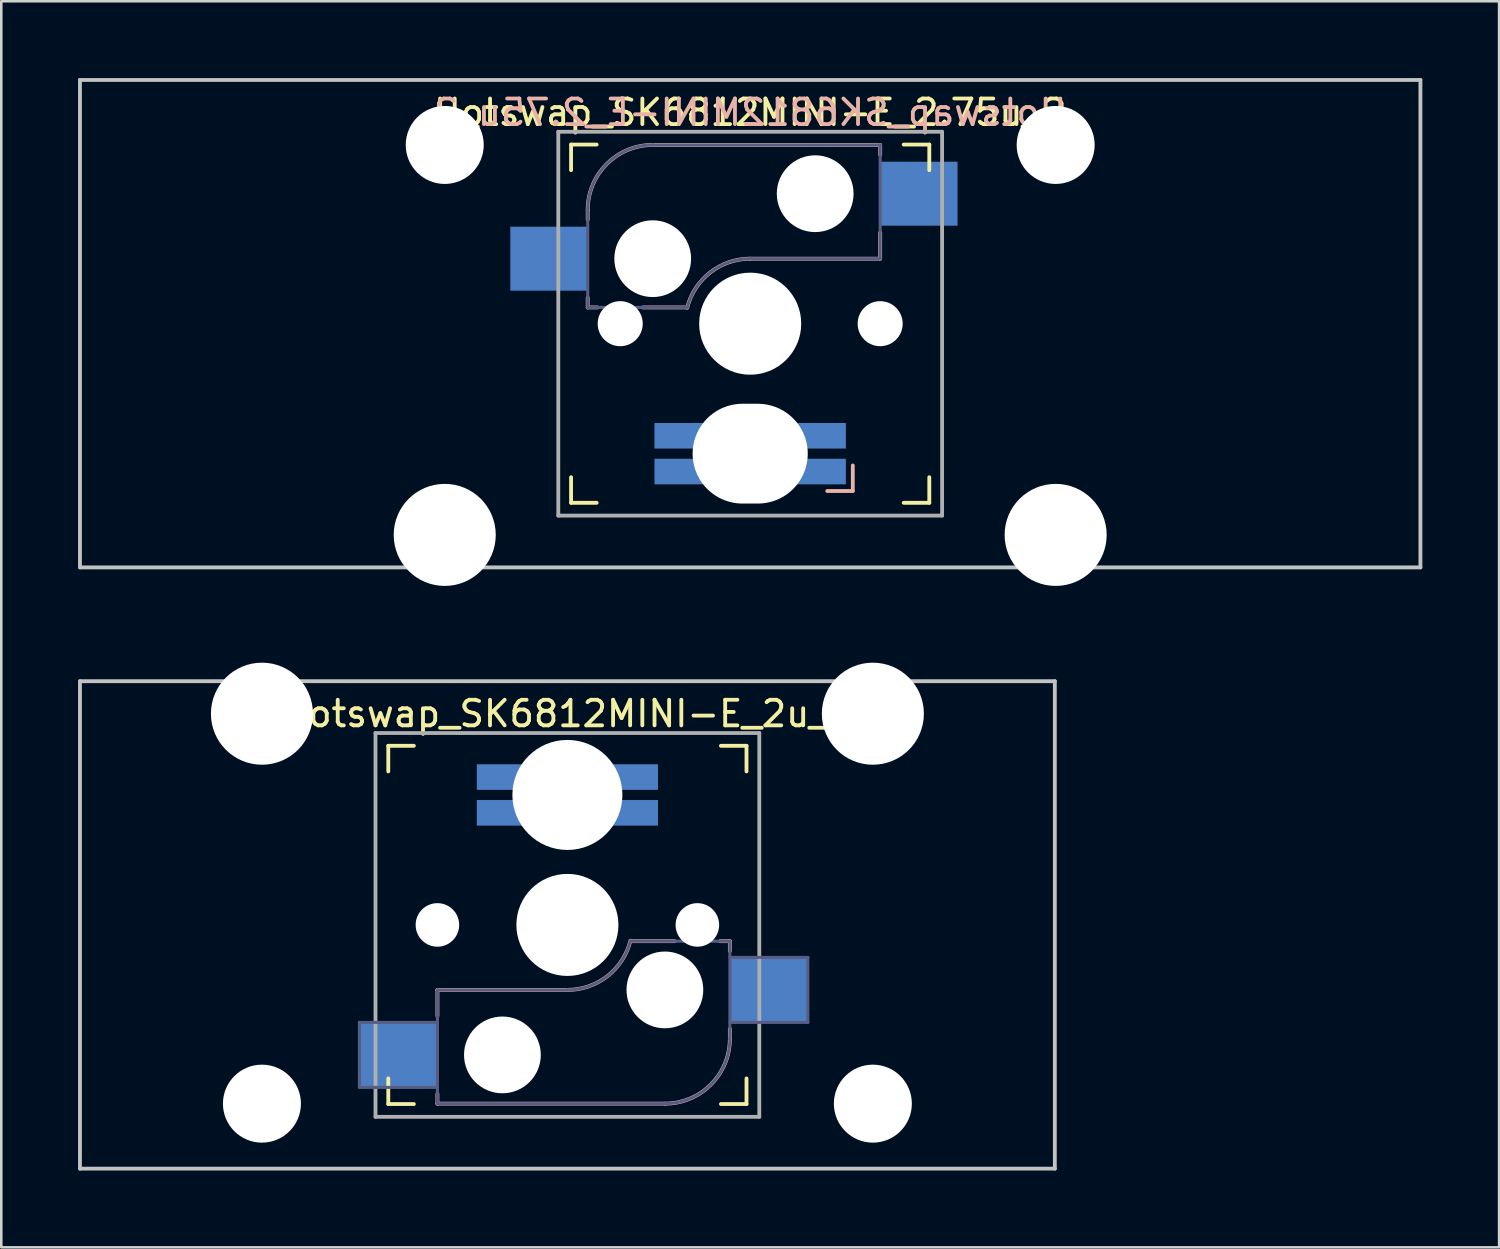
<source format=kicad_pcb>
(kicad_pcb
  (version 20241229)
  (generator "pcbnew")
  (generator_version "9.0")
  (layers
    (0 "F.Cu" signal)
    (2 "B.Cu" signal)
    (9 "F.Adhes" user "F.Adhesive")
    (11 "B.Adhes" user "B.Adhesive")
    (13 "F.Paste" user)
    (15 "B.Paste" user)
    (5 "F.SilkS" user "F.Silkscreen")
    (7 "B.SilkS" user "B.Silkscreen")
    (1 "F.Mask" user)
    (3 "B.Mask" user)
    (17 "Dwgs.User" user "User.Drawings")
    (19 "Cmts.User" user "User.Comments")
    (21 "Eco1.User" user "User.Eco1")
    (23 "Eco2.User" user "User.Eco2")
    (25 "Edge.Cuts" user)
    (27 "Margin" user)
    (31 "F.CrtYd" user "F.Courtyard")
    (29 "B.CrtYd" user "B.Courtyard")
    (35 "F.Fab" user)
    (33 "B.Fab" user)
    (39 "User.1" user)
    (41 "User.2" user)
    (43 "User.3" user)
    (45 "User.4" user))
  (footprint "Hotswap_SK6812MINI-E_2.75u_2"
    (layer "F.Cu")
    (at 26.269 9.6)
    (property "Reference" "Hotswap_SK6812MINI-E_2.75u_2" (at 0 -8.255 0) (layer "F.SilkS") (effects (font (size 1 1) (thickness 0.15))))
    (attr through_hole)
    (fp_line (start -7 -6) (end -7 -7) (stroke (width 0.15) (type solid)) (layer "F.SilkS"))
    (fp_line (start -7 7) (end -7 6) (stroke (width 0.15) (type solid)) (layer "F.SilkS"))
    (fp_line (start -7 7) (end -6 7) (stroke (width 0.15) (type solid)) (layer "F.SilkS"))
    (fp_line (start -6 -7) (end -7 -7) (stroke (width 0.15) (type solid)) (layer "F.SilkS"))
    (fp_line (start 6 7) (end 7 7) (stroke (width 0.15) (type solid)) (layer "F.SilkS"))
    (fp_line (start 7 -7) (end 6 -7) (stroke (width 0.15) (type solid)) (layer "F.SilkS"))
    (fp_line (start 7 -7) (end 7 -6) (stroke (width 0.15) (type solid)) (layer "F.SilkS"))
    (fp_line (start 7 6) (end 7 7) (stroke (width 0.15) (type solid)) (layer "F.SilkS"))
    (fp_line (start -6.35 -4.445) (end -6.35 -4.064) (stroke (width 0.15) (type solid)) (layer "B.SilkS"))
    (fp_line (start -6.35 -1.016) (end -6.35 -0.635) (stroke (width 0.15) (type solid)) (layer "B.SilkS"))
    (fp_line (start -6.35 -0.635) (end -5.969 -0.635) (stroke (width 0.15) (type solid)) (layer "B.SilkS"))
    (fp_line (start -4.191 -0.635) (end -2.54 -0.635) (stroke (width 0.15) (type solid)) (layer "B.SilkS"))
    (fp_line (start 0 -2.54) (end 5.08 -2.54) (stroke (width 0.15) (type solid)) (layer "B.SilkS"))
    (fp_line (start 3.01 6.54) (end 4.01 6.54) (stroke (width 0.15) (type solid)) (layer "B.SilkS"))
    (fp_line (start 4.01 5.54) (end 4.01 6.54) (stroke (width 0.15) (type solid)) (layer "B.SilkS"))
    (fp_line (start 5.08 -6.985) (end -3.81 -6.985) (stroke (width 0.15) (type solid)) (layer "B.SilkS"))
    (fp_line (start 5.08 -6.604) (end 5.08 -6.985) (stroke (width 0.15) (type solid)) (layer "B.SilkS"))
    (fp_line (start 5.08 -2.54) (end 5.08 -3.556) (stroke (width 0.15) (type solid)) (layer "B.SilkS"))
    (fp_arc (start -6.35 -4.445) (mid -5.606051 -6.241051) (end -3.81 -6.985) (stroke (width 0.15) (type solid)) (layer "B.SilkS"))
    (fp_arc (start -2.464162 -0.61604) (mid -1.563147 -2.002042) (end 0 -2.54) (stroke (width 0.15) (type solid)) (layer "B.SilkS"))
    (fp_line (start -26.194 -9.525) (end 26.194 -9.525) (stroke (width 0.15) (type solid)) (layer "Dwgs.User"))
    (fp_line (start -26.194 9.525) (end -26.194 -9.525) (stroke (width 0.15) (type solid)) (layer "Dwgs.User"))
    (fp_line (start -26.194 9.525) (end 26.194 9.525) (stroke (width 0.15) (type solid)) (layer "Dwgs.User"))
    (fp_line (start 26.194 -9.525) (end 26.194 9.525) (stroke (width 0.15) (type solid)) (layer "Dwgs.User"))
    (fp_line (start -13.589 -5.334) (end -13.589 6.096) (stroke (width 0.152) (type solid)) (layer "Eco2.User"))
    (fp_line (start -13.589 6.096) (end -10.287 6.096) (stroke (width 0.152) (type solid)) (layer "Eco2.User"))
    (fp_line (start -10.287 -5.334) (end -13.589 -5.334) (stroke (width 0.152) (type solid)) (layer "Eco2.User"))
    (fp_line (start -10.287 6.096) (end -10.287 -5.334) (stroke (width 0.152) (type solid)) (layer "Eco2.User"))
    (fp_line (start -6.9 6.9) (end -6.9 -6.9) (stroke (width 0.15) (type solid)) (layer "Eco2.User"))
    (fp_line (start -6.9 6.9) (end 6.9 6.9) (stroke (width 0.15) (type solid)) (layer "Eco2.User"))
    (fp_line (start 6.9 -6.9) (end -6.9 -6.9) (stroke (width 0.15) (type solid)) (layer "Eco2.User"))
    (fp_line (start 6.9 -6.9) (end 6.9 6.9) (stroke (width 0.15) (type solid)) (layer "Eco2.User"))
    (fp_line (start 10.287 -5.334) (end 10.287 6.096) (stroke (width 0.152) (type solid)) (layer "Eco2.User"))
    (fp_line (start 10.287 6.096) (end 13.589 6.096) (stroke (width 0.152) (type solid)) (layer "Eco2.User"))
    (fp_line (start 13.589 -5.334) (end 10.287 -5.334) (stroke (width 0.152) (type solid)) (layer "Eco2.User"))
    (fp_line (start 13.589 6.096) (end 13.589 -5.334) (stroke (width 0.152) (type solid)) (layer "Eco2.User"))
    (fp_line (start -6.35 -4.445) (end -6.35 -0.635) (stroke (width 0.12) (type solid)) (layer "B.Fab"))
    (fp_line (start -6.35 -0.635) (end -2.54 -0.635) (stroke (width 0.12) (type solid)) (layer "B.Fab"))
    (fp_line (start 0 -2.54) (end 5.08 -2.54) (stroke (width 0.12) (type solid)) (layer "B.Fab"))
    (fp_line (start 5.08 -6.985) (end -3.81 -6.985) (stroke (width 0.12) (type solid)) (layer "B.Fab"))
    (fp_line (start 5.08 -2.54) (end 5.08 -6.985) (stroke (width 0.12) (type solid)) (layer "B.Fab"))
    (fp_arc (start -6.35 -4.445) (mid -5.606051 -6.241051) (end -3.81 -6.985) (stroke (width 0.12) (type solid)) (layer "B.Fab"))
    (fp_arc (start -2.464162 -0.61604) (mid -1.563147 -2.002042) (end 0 -2.54) (stroke (width 0.12) (type solid)) (layer "B.Fab"))
    (fp_line (start -7.5 -7.5) (end 7.5 -7.5) (stroke (width 0.15) (type solid)) (layer "F.Fab"))
    (fp_line (start -7.5 7.5) (end -7.5 -7.5) (stroke (width 0.15) (type solid)) (layer "F.Fab"))
    (fp_line (start 7.5 -7.5) (end 7.5 7.5) (stroke (width 0.15) (type solid)) (layer "F.Fab"))
    (fp_line (start 7.5 7.5) (end -7.5 7.5) (stroke (width 0.15) (type solid)) (layer "F.Fab"))
    (fp_text user "${REFERENCE}" (at 0 -8.255 0) (layer "B.SilkS") (effects (font (size 1 1) (thickness 0.15)) (justify mirror)))
    (pad "" np_thru_hole circle (at -11.938 -6.985) (size 3.048 3.048) (drill 3.048) (layers "*.Cu" "*.Mask"))
    (pad "" np_thru_hole circle (at -11.938 8.255) (size 3.988 3.988) (drill 3.988) (layers "*.Cu" "*.Mask"))
    (pad "" np_thru_hole circle (at -5.08 0 180) (size 1.76 1.76) (drill 1.76) (layers "*.Cu" "*.Mask"))
    (pad "" np_thru_hole circle (at -3.81 -2.54 180) (size 3 3) (drill 3) (layers "*.Cu" "*.Mask"))
    (pad "" np_thru_hole circle (at 0 0 180) (size 3.988 3.988) (drill 3.988) (layers "*.Cu" "*.Mask"))
    (pad "" np_thru_hole oval (at 0 5.08 180) (size 4.5 3.9) (drill oval 4.5 3.9) (layers "*.Cu" "*.Mask"))
    (pad "" np_thru_hole circle (at 2.54 -5.08 180) (size 3 3) (drill 3) (layers "*.Cu" "*.Mask"))
    (pad "" np_thru_hole circle (at 5.08 0 180) (size 1.76 1.76) (drill 1.76) (layers "*.Cu" "*.Mask"))
    (pad "" np_thru_hole circle (at 11.938 -6.985) (size 3.048 3.048) (drill 3.048) (layers "*.Cu" "*.Mask"))
    (pad "" np_thru_hole circle (at 11.938 8.255) (size 3.988 3.988) (drill 3.988) (layers "*.Cu" "*.Mask"))
    (pad "1" smd rect (at -7.874 -2.54 180) (size 3 2.5) (layers "B.Cu" "B.Mask"))
    (pad "2" smd rect (at 6.604 -5.08 180) (size 3 2.5) (layers "B.Cu" "B.Mask"))
    (pad "DIN" smd rect (at 2.74 4.381 270) (size 1 2) (layers "B.Cu" "B.Mask"))
    (pad "DOUT" smd rect (at -2.74 5.779 270) (size 1 2) (layers "B.Cu" "B.Mask"))
    (pad "GND" smd rect (at 2.74 5.779 270) (size 1 2) (layers "B.Cu" "B.Mask"))
    (pad "VDD" smd rect (at -2.74 4.381 270) (size 1 2) (layers "B.Cu" "B.Mask")))
  (footprint "Hotswap_SK6812MINI-E_2u_1"
    (layer "F.Cu")
    (at 19.125 33.098)
    (property "Reference" "Hotswap_SK6812MINI-E_2u_1" (at 0 -8.255 0) (layer "F.SilkS") (effects (font (size 1 1) (thickness 0.15))))
    (attr through_hole)
    (fp_line (start -7 -6) (end -7 -7) (stroke (width 0.15) (type solid)) (layer "F.SilkS"))
    (fp_line (start -7 7) (end -7 6) (stroke (width 0.15) (type solid)) (layer "F.SilkS"))
    (fp_line (start -7 7) (end -6 7) (stroke (width 0.15) (type solid)) (layer "F.SilkS"))
    (fp_line (start -6 -7) (end -7 -7) (stroke (width 0.15) (type solid)) (layer "F.SilkS"))
    (fp_line (start 6 7) (end 7 7) (stroke (width 0.15) (type solid)) (layer "F.SilkS"))
    (fp_line (start 7 -7) (end 6 -7) (stroke (width 0.15) (type solid)) (layer "F.SilkS"))
    (fp_line (start 7 -7) (end 7 -6) (stroke (width 0.15) (type solid)) (layer "F.SilkS"))
    (fp_line (start 7 6) (end 7 7) (stroke (width 0.15) (type solid)) (layer "F.SilkS"))
    (fp_line (start -5.08 2.54) (end -5.08 3.556) (stroke (width 0.15) (type solid)) (layer "B.SilkS"))
    (fp_line (start -5.08 6.604) (end -5.08 6.985) (stroke (width 0.15) (type solid)) (layer "B.SilkS"))
    (fp_line (start -5.08 6.985) (end 3.81 6.985) (stroke (width 0.15) (type solid)) (layer "B.SilkS"))
    (fp_line (start 0 2.54) (end -5.08 2.54) (stroke (width 0.15) (type solid)) (layer "B.SilkS"))
    (fp_line (start 4.191 0.635) (end 2.54 0.635) (stroke (width 0.15) (type solid)) (layer "B.SilkS"))
    (fp_line (start 6.35 0.635) (end 5.969 0.635) (stroke (width 0.15) (type solid)) (layer "B.SilkS"))
    (fp_line (start 6.35 1.016) (end 6.35 0.635) (stroke (width 0.15) (type solid)) (layer "B.SilkS"))
    (fp_line (start 6.35 4.445) (end 6.35 4.064) (stroke (width 0.15) (type solid)) (layer "B.SilkS"))
    (fp_arc (start 2.464162 0.61604) (mid 1.563147 2.002042) (end 0 2.54) (stroke (width 0.15) (type solid)) (layer "B.SilkS"))
    (fp_arc (start 6.35 4.445) (mid 5.606051 6.241051) (end 3.81 6.985) (stroke (width 0.15) (type solid)) (layer "B.SilkS"))
    (fp_line (start -19.05 -9.525) (end 19.05 -9.525) (stroke (width 0.15) (type solid)) (layer "Dwgs.User"))
    (fp_line (start -19.05 9.525) (end -19.05 -9.525) (stroke (width 0.15) (type solid)) (layer "Dwgs.User"))
    (fp_line (start 19.05 -9.525) (end 19.05 9.525) (stroke (width 0.15) (type solid)) (layer "Dwgs.User"))
    (fp_line (start 19.05 9.525) (end -19.05 9.525) (stroke (width 0.15) (type solid)) (layer "Dwgs.User"))
    (fp_line (start -13.589 -6.096) (end -13.589 5.334) (stroke (width 0.152) (type solid)) (layer "Eco2.User"))
    (fp_line (start -13.589 5.334) (end -10.287 5.334) (stroke (width 0.152) (type solid)) (layer "Eco2.User"))
    (fp_line (start -10.287 -6.096) (end -13.589 -6.096) (stroke (width 0.152) (type solid)) (layer "Eco2.User"))
    (fp_line (start -10.287 5.334) (end -10.287 -6.096) (stroke (width 0.152) (type solid)) (layer "Eco2.User"))
    (fp_line (start -6.9 6.9) (end -6.9 -6.9) (stroke (width 0.15) (type solid)) (layer "Eco2.User"))
    (fp_line (start -6.9 6.9) (end 6.9 6.9) (stroke (width 0.15) (type solid)) (layer "Eco2.User"))
    (fp_line (start 6.9 -6.9) (end -6.9 -6.9) (stroke (width 0.15) (type solid)) (layer "Eco2.User"))
    (fp_line (start 6.9 -6.9) (end 6.9 6.9) (stroke (width 0.15) (type solid)) (layer "Eco2.User"))
    (fp_line (start 10.287 -6.096) (end 10.287 5.334) (stroke (width 0.152) (type solid)) (layer "Eco2.User"))
    (fp_line (start 10.287 5.334) (end 13.589 5.334) (stroke (width 0.152) (type solid)) (layer "Eco2.User"))
    (fp_line (start 13.589 -6.096) (end 10.287 -6.096) (stroke (width 0.152) (type solid)) (layer "Eco2.User"))
    (fp_line (start 13.589 5.334) (end 13.589 -6.096) (stroke (width 0.152) (type solid)) (layer "Eco2.User"))
    (fp_line (start -8.128 3.81) (end -8.128 6.35) (stroke (width 0.12) (type solid)) (layer "B.Fab"))
    (fp_line (start -8.128 6.35) (end -5.08 6.35) (stroke (width 0.12) (type solid)) (layer "B.Fab"))
    (fp_line (start -5.08 2.54) (end -5.08 6.985) (stroke (width 0.12) (type solid)) (layer "B.Fab"))
    (fp_line (start -5.08 3.81) (end -8.128 3.81) (stroke (width 0.12) (type solid)) (layer "B.Fab"))
    (fp_line (start -5.08 6.985) (end 3.81 6.985) (stroke (width 0.12) (type solid)) (layer "B.Fab"))
    (fp_line (start 0 2.54) (end -5.08 2.54) (stroke (width 0.12) (type solid)) (layer "B.Fab"))
    (fp_line (start 6.35 0.635) (end 2.54 0.635) (stroke (width 0.12) (type solid)) (layer "B.Fab"))
    (fp_line (start 6.35 3.81) (end 9.398 3.81) (stroke (width 0.12) (type solid)) (layer "B.Fab"))
    (fp_line (start 6.35 4.445) (end 6.35 0.635) (stroke (width 0.12) (type solid)) (layer "B.Fab"))
    (fp_line (start 9.398 1.27) (end 6.35 1.27) (stroke (width 0.12) (type solid)) (layer "B.Fab"))
    (fp_line (start 9.398 3.81) (end 9.398 1.27) (stroke (width 0.12) (type solid)) (layer "B.Fab"))
    (fp_arc (start 2.464162 0.61604) (mid 1.563147 2.002042) (end 0 2.54) (stroke (width 0.12) (type solid)) (layer "B.Fab"))
    (fp_arc (start 6.35 4.445) (mid 5.606051 6.241051) (end 3.81 6.985) (stroke (width 0.12) (type solid)) (layer "B.Fab"))
    (fp_line (start -7.5 -7.5) (end 7.5 -7.5) (stroke (width 0.15) (type solid)) (layer "F.Fab"))
    (fp_line (start -7.5 7.5) (end -7.5 -7.5) (stroke (width 0.15) (type solid)) (layer "F.Fab"))
    (fp_line (start 7.5 -7.5) (end 7.5 7.5) (stroke (width 0.15) (type solid)) (layer "F.Fab"))
    (fp_line (start 7.5 7.5) (end -7.5 7.5) (stroke (width 0.15) (type solid)) (layer "F.Fab"))
    (pad "" np_thru_hole circle (at -11.938 -8.255 180) (size 3.988 3.988) (drill 3.988) (layers "*.Cu" "*.Mask"))
    (pad "" np_thru_hole circle (at -11.938 6.985 180) (size 3.048 3.048) (drill 3.048) (layers "*.Cu" "*.Mask"))
    (pad "" np_thru_hole circle (at -5.08 0) (size 1.702 1.702) (drill 1.702) (layers "*.Cu" "*.Mask"))
    (pad "" np_thru_hole circle (at -2.54 5.08) (size 3 3) (drill 3) (layers "*.Cu" "*.Mask"))
    (pad "" np_thru_hole circle (at 0 -5.08) (size 4.3 4.3) (drill 4.3) (layers "*.Cu" "*.Mask"))
    (pad "" np_thru_hole circle (at 0 0) (size 3.988 3.988) (drill 3.988) (layers "*.Cu" "*.Mask"))
    (pad "" np_thru_hole circle (at 3.81 2.54) (size 3 3) (drill 3) (layers "*.Cu" "*.Mask"))
    (pad "" np_thru_hole circle (at 5.08 0) (size 1.702 1.702) (drill 1.702) (layers "*.Cu" "*.Mask"))
    (pad "" np_thru_hole circle (at 11.938 -8.255 180) (size 3.988 3.988) (drill 3.988) (layers "*.Cu" "*.Mask"))
    (pad "" np_thru_hole circle (at 11.938 6.985 180) (size 3.048 3.048) (drill 3.048) (layers "*.Cu" "*.Mask"))
    (pad "1" smd rect (at -6.604 5.08) (size 3 2.5) (layers "B.Cu"))
    (pad "2" smd rect (at 7.874 2.54) (size 3 2.5) (layers "B.Cu"))
    (pad "DIN" smd rect (at 2.54 -5.779 90) (size 1 2) (layers "B.Cu"))
    (pad "DOUT" smd rect (at -2.54 -4.381 90) (size 1 2) (layers "B.Cu"))
    (pad "GND" smd rect (at 2.54 -4.381 90) (size 1 2) (layers "B.Cu"))
    (pad "VDD" smd rect (at -2.54 -5.779 90) (size 1 2) (layers "B.Cu")))
  (gr_rect
    (start -3 -3)
    (end 55.538 45.698)
    (stroke (width 0.1) (type default))
    (fill no)
    (layer "Edge.Cuts")))
</source>
